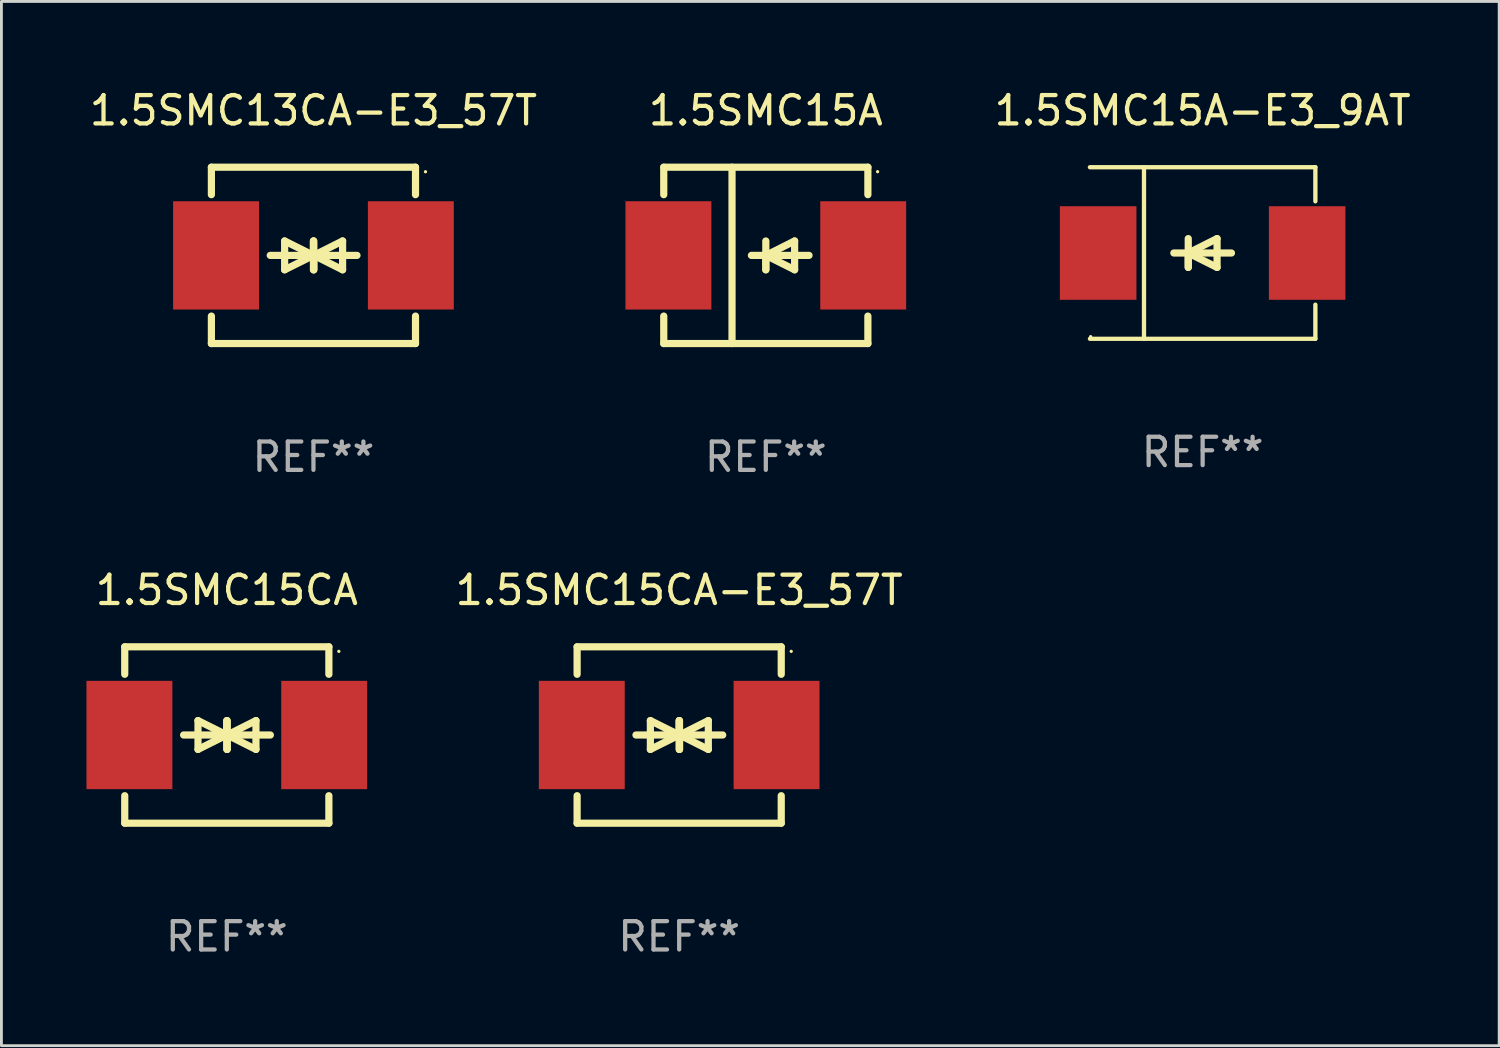
<source format=kicad_pcb>
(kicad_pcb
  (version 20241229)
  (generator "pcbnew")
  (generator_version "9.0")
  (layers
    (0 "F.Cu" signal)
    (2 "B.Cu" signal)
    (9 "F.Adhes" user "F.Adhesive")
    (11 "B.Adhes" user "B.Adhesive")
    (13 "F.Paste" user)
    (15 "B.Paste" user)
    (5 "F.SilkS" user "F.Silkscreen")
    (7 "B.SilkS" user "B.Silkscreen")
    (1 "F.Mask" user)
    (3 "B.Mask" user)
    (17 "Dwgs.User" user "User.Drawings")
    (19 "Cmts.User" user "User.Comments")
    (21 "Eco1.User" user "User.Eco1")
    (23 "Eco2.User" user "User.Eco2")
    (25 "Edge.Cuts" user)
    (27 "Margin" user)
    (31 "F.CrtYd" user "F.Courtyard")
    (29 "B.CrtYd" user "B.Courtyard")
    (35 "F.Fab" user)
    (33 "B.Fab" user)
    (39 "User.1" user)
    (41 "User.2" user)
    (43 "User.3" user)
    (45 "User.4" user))
  (footprint "1.5SMC15A-E3_9AT"
    (layer "F.Cu")
    (at 39.37 5.874)
    (property "Reference" "1.5SMC15A-E3_9AT" (at 0 -5.026 0) (layer "F.SilkS") (effects (font (size 1 1) (thickness 0.15))))
    (attr through_hole)
    (fp_line (start -3.976 -3.026) (end 3.976 -3.026) (stroke (width 0.152) (type solid)) (layer "F.SilkS"))
    (fp_line (start -3.976 3.026) (end 3.976 3.026) (stroke (width 0.152) (type solid)) (layer "F.SilkS"))
    (fp_line (start -2.069 -3.026) (end -2.069 3.026) (stroke (width 0.152) (type solid)) (layer "F.SilkS"))
    (fp_line (start -0.508 0) (end -0.508 0.508) (stroke (width 0.254) (type solid)) (layer "F.SilkS"))
    (fp_line (start -0.508 0) (end 0.508 0.508) (stroke (width 0.254) (type solid)) (layer "F.SilkS"))
    (fp_line (start -0.508 0.508) (end -0.508 -0.508) (stroke (width 0.254) (type solid)) (layer "F.SilkS"))
    (fp_line (start 0.508 -0.508) (end -0.508 0) (stroke (width 0.254) (type solid)) (layer "F.SilkS"))
    (fp_line (start 0.508 0.508) (end 0.508 -0.508) (stroke (width 0.254) (type solid)) (layer "F.SilkS"))
    (fp_line (start 1.016 0) (end -1.016 0) (stroke (width 0.254) (type solid)) (layer "F.SilkS"))
    (fp_line (start 3.976 -3.026) (end 3.976 -1.823) (stroke (width 0.152) (type solid)) (layer "F.SilkS"))
    (fp_line (start 3.976 3.026) (end 3.976 1.823) (stroke (width 0.152) (type solid)) (layer "F.SilkS"))
    (fp_circle (center -3.95 2.95) (end -3.92 2.95) (stroke (width 0.06) (type solid)) (fill no) (layer "F.SilkS"))
    (fp_text user "REF**" (at 0 7.026 0) (layer "F.Fab") (effects (font (size 1 1) (thickness 0.15))))
    (pad "1" smd rect (at -3.686 0) (size 2.7 3.3) (layers "F.Cu" "F.Mask" "F.Paste"))
    (pad "2" smd rect (at 3.686 0) (size 2.7 3.3) (layers "F.Cu" "F.Mask" "F.Paste")))
  (footprint "1.5SMC15CA"
    (layer "F.Cu")
    (at 4.95 22.875)
    (property "Reference" "1.5SMC15CA" (at 0 -5.11 0) (layer "F.SilkS") (effects (font (size 1 1) (thickness 0.15))))
    (attr through_hole)
    (fp_line (start -3.6 -2.141) (end -3.6 -3.11) (stroke (width 0.254) (type solid)) (layer "F.SilkS"))
    (fp_line (start -3.6 3.11) (end -3.6 2.141) (stroke (width 0.254) (type solid)) (layer "F.SilkS"))
    (fp_line (start -1.524 0) (end 0.508 0) (stroke (width 0.254) (type solid)) (layer "F.SilkS"))
    (fp_line (start -1.016 -0.508) (end -1.016 0.508) (stroke (width 0.254) (type solid)) (layer "F.SilkS"))
    (fp_line (start -1.016 0.508) (end 0 0) (stroke (width 0.254) (type solid)) (layer "F.SilkS"))
    (fp_line (start 0 -0.508) (end 0 0.508) (stroke (width 0.254) (type solid)) (layer "F.SilkS"))
    (fp_line (start 0 0) (end -1.016 -0.508) (stroke (width 0.254) (type solid)) (layer "F.SilkS"))
    (fp_line (start 0 0) (end 0 -0.508) (stroke (width 0.254) (type solid)) (layer "F.SilkS"))
    (fp_line (start 0.012 0) (end 0.012 0.508) (stroke (width 0.254) (type solid)) (layer "F.SilkS"))
    (fp_line (start 0.012 0) (end 1.028 0.508) (stroke (width 0.254) (type solid)) (layer "F.SilkS"))
    (fp_line (start 0.012 0.508) (end 0.012 -0.508) (stroke (width 0.254) (type solid)) (layer "F.SilkS"))
    (fp_line (start 1.028 -0.508) (end 0.012 0) (stroke (width 0.254) (type solid)) (layer "F.SilkS"))
    (fp_line (start 1.028 0.508) (end 1.028 -0.508) (stroke (width 0.254) (type solid)) (layer "F.SilkS"))
    (fp_line (start 1.536 0) (end -0.496 0) (stroke (width 0.254) (type solid)) (layer "F.SilkS"))
    (fp_line (start 3.6 -3.11) (end -3.6 -3.11) (stroke (width 0.254) (type solid)) (layer "F.SilkS"))
    (fp_line (start 3.6 -2.141) (end 3.6 -3.11) (stroke (width 0.254) (type solid)) (layer "F.SilkS"))
    (fp_line (start 3.6 3.11) (end -3.6 3.11) (stroke (width 0.254) (type solid)) (layer "F.SilkS"))
    (fp_line (start 3.6 3.11) (end 3.6 2.141) (stroke (width 0.254) (type solid)) (layer "F.SilkS"))
    (fp_circle (center 3.952 -2.95) (end 3.982 -2.95) (stroke (width 0.06) (type solid)) (fill no) (layer "F.SilkS"))
    (fp_text user "REF**" (at 0 7.11 0) (layer "F.Fab") (effects (font (size 1 1) (thickness 0.15))))
    (pad "1" smd rect (at 3.435 0) (size 3.03 3.82) (layers "F.Cu" "F.Mask" "F.Paste"))
    (pad "2" smd rect (at -3.435 0) (size 3.03 3.82) (layers "F.Cu" "F.Mask" "F.Paste")))
  (footprint "1.5SMC15A"
    (layer "F.Cu")
    (at 23.962 5.958)
    (property "Reference" "1.5SMC15A" (at 0 -5.11 0) (layer "F.SilkS") (effects (font (size 1 1) (thickness 0.15))))
    (attr through_hole)
    (fp_line (start -3.6 -3.11) (end -3.6 -2.141) (stroke (width 0.254) (type solid)) (layer "F.SilkS"))
    (fp_line (start -3.6 -3.11) (end 3.6 -3.11) (stroke (width 0.254) (type solid)) (layer "F.SilkS"))
    (fp_line (start -3.6 2.141) (end -3.6 3.11) (stroke (width 0.254) (type solid)) (layer "F.SilkS"))
    (fp_line (start -3.6 3.11) (end 3.6 3.11) (stroke (width 0.254) (type solid)) (layer "F.SilkS"))
    (fp_line (start -1.192 -3.11) (end -1.192 3.11) (stroke (width 0.254) (type solid)) (layer "F.SilkS"))
    (fp_line (start 0 0) (end 0 0.508) (stroke (width 0.254) (type solid)) (layer "F.SilkS"))
    (fp_line (start 0 0) (end 1.016 0.508) (stroke (width 0.254) (type solid)) (layer "F.SilkS"))
    (fp_line (start 0 0.508) (end 0 -0.508) (stroke (width 0.254) (type solid)) (layer "F.SilkS"))
    (fp_line (start 1.016 -0.508) (end 0 0) (stroke (width 0.254) (type solid)) (layer "F.SilkS"))
    (fp_line (start 1.016 0.508) (end 1.016 -0.508) (stroke (width 0.254) (type solid)) (layer "F.SilkS"))
    (fp_line (start 1.524 0) (end -0.508 0) (stroke (width 0.254) (type solid)) (layer "F.SilkS"))
    (fp_line (start 3.6 -3.11) (end 3.6 -2.141) (stroke (width 0.254) (type solid)) (layer "F.SilkS"))
    (fp_line (start 3.6 2.141) (end 3.6 3.11) (stroke (width 0.254) (type solid)) (layer "F.SilkS"))
    (fp_circle (center 3.943 -2.952) (end 3.973 -2.952) (stroke (width 0.06) (type solid)) (fill no) (layer "F.SilkS"))
    (fp_text user "REF**" (at 0 7.11 0) (layer "F.Fab") (effects (font (size 1 1) (thickness 0.15))))
    (pad "1" smd rect (at 3.435 0 180) (size 3.03 3.82) (layers "F.Cu" "F.Mask" "F.Paste"))
    (pad "2" smd rect (at -3.435 0 180) (size 3.03 3.82) (layers "F.Cu" "F.Mask" "F.Paste")))
  (footprint "1.5SMC15CA-E3_57T"
    (layer "F.Cu")
    (at 20.906 22.875)
    (property "Reference" "1.5SMC15CA-E3_57T" (at 0 -5.11 0) (layer "F.SilkS") (effects (font (size 1 1) (thickness 0.15))))
    (attr through_hole)
    (fp_line (start -3.6 -2.141) (end -3.6 -3.11) (stroke (width 0.254) (type solid)) (layer "F.SilkS"))
    (fp_line (start -3.6 3.11) (end -3.6 2.141) (stroke (width 0.254) (type solid)) (layer "F.SilkS"))
    (fp_line (start -1.524 0) (end 0.508 0) (stroke (width 0.254) (type solid)) (layer "F.SilkS"))
    (fp_line (start -1.016 -0.508) (end -1.016 0.508) (stroke (width 0.254) (type solid)) (layer "F.SilkS"))
    (fp_line (start -1.016 0.508) (end 0 0) (stroke (width 0.254) (type solid)) (layer "F.SilkS"))
    (fp_line (start 0 -0.508) (end 0 0.508) (stroke (width 0.254) (type solid)) (layer "F.SilkS"))
    (fp_line (start 0 0) (end -1.016 -0.508) (stroke (width 0.254) (type solid)) (layer "F.SilkS"))
    (fp_line (start 0 0) (end 0 -0.508) (stroke (width 0.254) (type solid)) (layer "F.SilkS"))
    (fp_line (start 0.012 0) (end 0.012 0.508) (stroke (width 0.254) (type solid)) (layer "F.SilkS"))
    (fp_line (start 0.012 0) (end 1.028 0.508) (stroke (width 0.254) (type solid)) (layer "F.SilkS"))
    (fp_line (start 0.012 0.508) (end 0.012 -0.508) (stroke (width 0.254) (type solid)) (layer "F.SilkS"))
    (fp_line (start 1.028 -0.508) (end 0.012 0) (stroke (width 0.254) (type solid)) (layer "F.SilkS"))
    (fp_line (start 1.028 0.508) (end 1.028 -0.508) (stroke (width 0.254) (type solid)) (layer "F.SilkS"))
    (fp_line (start 1.536 0) (end -0.496 0) (stroke (width 0.254) (type solid)) (layer "F.SilkS"))
    (fp_line (start 3.6 -3.11) (end -3.6 -3.11) (stroke (width 0.254) (type solid)) (layer "F.SilkS"))
    (fp_line (start 3.6 -2.141) (end 3.6 -3.11) (stroke (width 0.254) (type solid)) (layer "F.SilkS"))
    (fp_line (start 3.6 3.11) (end -3.6 3.11) (stroke (width 0.254) (type solid)) (layer "F.SilkS"))
    (fp_line (start 3.6 3.11) (end 3.6 2.141) (stroke (width 0.254) (type solid)) (layer "F.SilkS"))
    (fp_circle (center 3.952 -2.95) (end 3.982 -2.95) (stroke (width 0.06) (type solid)) (fill no) (layer "F.SilkS"))
    (fp_text user "REF**" (at 0 7.11 0) (layer "F.Fab") (effects (font (size 1 1) (thickness 0.15))))
    (pad "1" smd rect (at 3.435 0) (size 3.03 3.82) (layers "F.Cu" "F.Mask" "F.Paste"))
    (pad "2" smd rect (at -3.435 0) (size 3.03 3.82) (layers "F.Cu" "F.Mask" "F.Paste")))
  (footprint "1.5SMC13CA-E3_57T"
    (layer "F.Cu")
    (at 8.006 5.958)
    (property "Reference" "1.5SMC13CA-E3_57T" (at 0 -5.11 0) (layer "F.SilkS") (effects (font (size 1 1) (thickness 0.15))))
    (attr through_hole)
    (fp_line (start -3.6 -2.141) (end -3.6 -3.11) (stroke (width 0.254) (type solid)) (layer "F.SilkS"))
    (fp_line (start -3.6 3.11) (end -3.6 2.141) (stroke (width 0.254) (type solid)) (layer "F.SilkS"))
    (fp_line (start -1.524 0) (end 0.508 0) (stroke (width 0.254) (type solid)) (layer "F.SilkS"))
    (fp_line (start -1.016 -0.508) (end -1.016 0.508) (stroke (width 0.254) (type solid)) (layer "F.SilkS"))
    (fp_line (start -1.016 0.508) (end 0 0) (stroke (width 0.254) (type solid)) (layer "F.SilkS"))
    (fp_line (start 0 -0.508) (end 0 0.508) (stroke (width 0.254) (type solid)) (layer "F.SilkS"))
    (fp_line (start 0 0) (end -1.016 -0.508) (stroke (width 0.254) (type solid)) (layer "F.SilkS"))
    (fp_line (start 0 0) (end 0 -0.508) (stroke (width 0.254) (type solid)) (layer "F.SilkS"))
    (fp_line (start 0.012 0) (end 0.012 0.508) (stroke (width 0.254) (type solid)) (layer "F.SilkS"))
    (fp_line (start 0.012 0) (end 1.028 0.508) (stroke (width 0.254) (type solid)) (layer "F.SilkS"))
    (fp_line (start 0.012 0.508) (end 0.012 -0.508) (stroke (width 0.254) (type solid)) (layer "F.SilkS"))
    (fp_line (start 1.028 -0.508) (end 0.012 0) (stroke (width 0.254) (type solid)) (layer "F.SilkS"))
    (fp_line (start 1.028 0.508) (end 1.028 -0.508) (stroke (width 0.254) (type solid)) (layer "F.SilkS"))
    (fp_line (start 1.536 0) (end -0.496 0) (stroke (width 0.254) (type solid)) (layer "F.SilkS"))
    (fp_line (start 3.6 -3.11) (end -3.6 -3.11) (stroke (width 0.254) (type solid)) (layer "F.SilkS"))
    (fp_line (start 3.6 -2.141) (end 3.6 -3.11) (stroke (width 0.254) (type solid)) (layer "F.SilkS"))
    (fp_line (start 3.6 3.11) (end -3.6 3.11) (stroke (width 0.254) (type solid)) (layer "F.SilkS"))
    (fp_line (start 3.6 3.11) (end 3.6 2.141) (stroke (width 0.254) (type solid)) (layer "F.SilkS"))
    (fp_circle (center 3.952 -2.95) (end 3.982 -2.95) (stroke (width 0.06) (type solid)) (fill no) (layer "F.SilkS"))
    (fp_text user "REF**" (at 0 7.11 0) (layer "F.Fab") (effects (font (size 1 1) (thickness 0.15))))
    (pad "1" smd rect (at 3.435 0) (size 3.03 3.82) (layers "F.Cu" "F.Mask" "F.Paste"))
    (pad "2" smd rect (at -3.435 0) (size 3.03 3.82) (layers "F.Cu" "F.Mask" "F.Paste")))
  (gr_rect
    (start -3 -3)
    (end 49.829 33.833)
    (stroke (width 0.1) (type default))
    (fill no)
    (layer "Edge.Cuts")))
</source>
